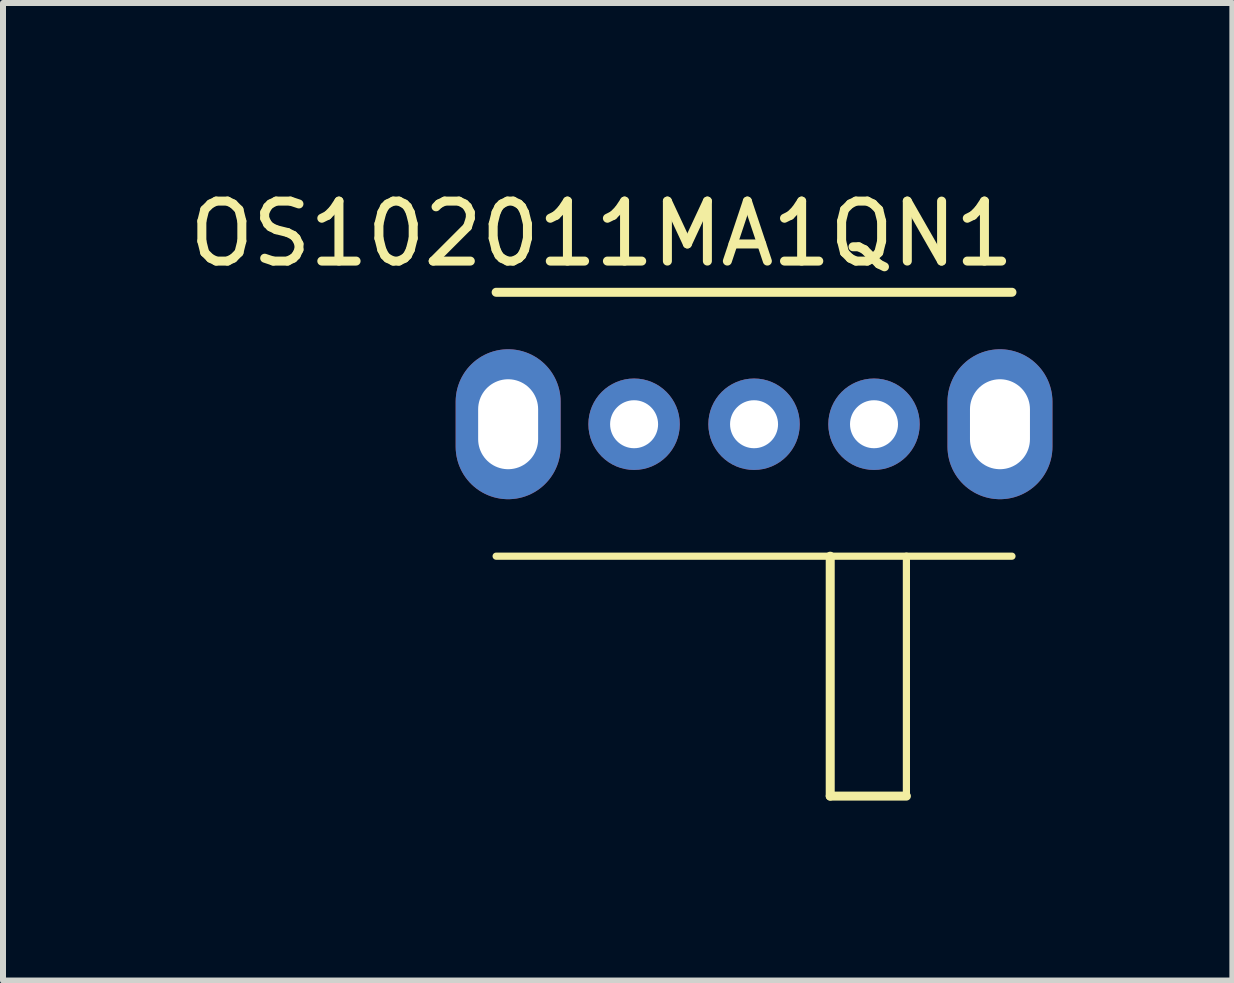
<source format=kicad_pcb>
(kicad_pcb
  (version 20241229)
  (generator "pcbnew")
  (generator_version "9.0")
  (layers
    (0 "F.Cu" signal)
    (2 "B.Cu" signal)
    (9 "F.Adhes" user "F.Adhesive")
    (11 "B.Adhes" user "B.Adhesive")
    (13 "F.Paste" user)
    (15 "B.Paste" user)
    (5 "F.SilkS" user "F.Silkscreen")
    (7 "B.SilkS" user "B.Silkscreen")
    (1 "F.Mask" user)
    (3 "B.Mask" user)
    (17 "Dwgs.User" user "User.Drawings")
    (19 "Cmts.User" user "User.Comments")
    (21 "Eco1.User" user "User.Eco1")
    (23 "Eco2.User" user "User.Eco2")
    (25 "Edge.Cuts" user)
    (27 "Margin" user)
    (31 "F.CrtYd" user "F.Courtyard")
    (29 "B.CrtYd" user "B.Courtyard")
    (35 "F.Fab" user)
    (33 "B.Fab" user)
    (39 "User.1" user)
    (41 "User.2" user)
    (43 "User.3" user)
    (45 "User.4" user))
  (footprint "OS102011MA1QN1"
    (layer "F.Cu")
    (at 9.522 4.023)
    (property "Reference" "OS102011MA1QN1" (at -2.54 -3.175 0) (layer "F.SilkS") (effects (font (size 1 1) (thickness 0.15))))
    (attr through_hole)
    (fp_line (start -4.3 -2.2) (end 4.3 -2.2) (stroke (width 0.15) (type solid)) (layer "F.SilkS"))
    (fp_line (start -4.3 2.2) (end 4.3 2.2) (stroke (width 0.12) (type solid)) (layer "F.SilkS"))
    (fp_line (start 1.27 6.2) (end 1.27 2.2) (stroke (width 0.15) (type solid)) (layer "F.SilkS"))
    (fp_line (start 2.54 2.2) (end 2.54 6.2) (stroke (width 0.12) (type solid)) (layer "F.SilkS"))
    (fp_line (start 2.54 6.2) (end 1.27 6.2) (stroke (width 0.15) (type solid)) (layer "F.SilkS"))
    (pad "" thru_hole oval (at -4.1 0) (size 1.75 2.5) (drill oval 1 1.5) (layers "*.Cu" "*.Mask"))
    (pad "" thru_hole oval (at 4.1 0) (size 1.75 2.5) (drill oval 1 1.5) (layers "*.Cu" "*.Mask"))
    (pad "1" thru_hole circle (at -2 0) (size 1.524 1.524) (drill 0.8) (layers "*.Cu" "*.Mask"))
    (pad "2" thru_hole circle (at 0 0) (size 1.524 1.524) (drill 0.8) (layers "*.Cu" "*.Mask"))
    (pad "3" thru_hole circle (at 2 0) (size 1.524 1.524) (drill 0.8) (layers "*.Cu" "*.Mask")))
  (gr_rect
    (start -3 -3)
    (end 17.497 13.298)
    (stroke (width 0.1) (type default))
    (fill no)
    (layer "Edge.Cuts")))
</source>
